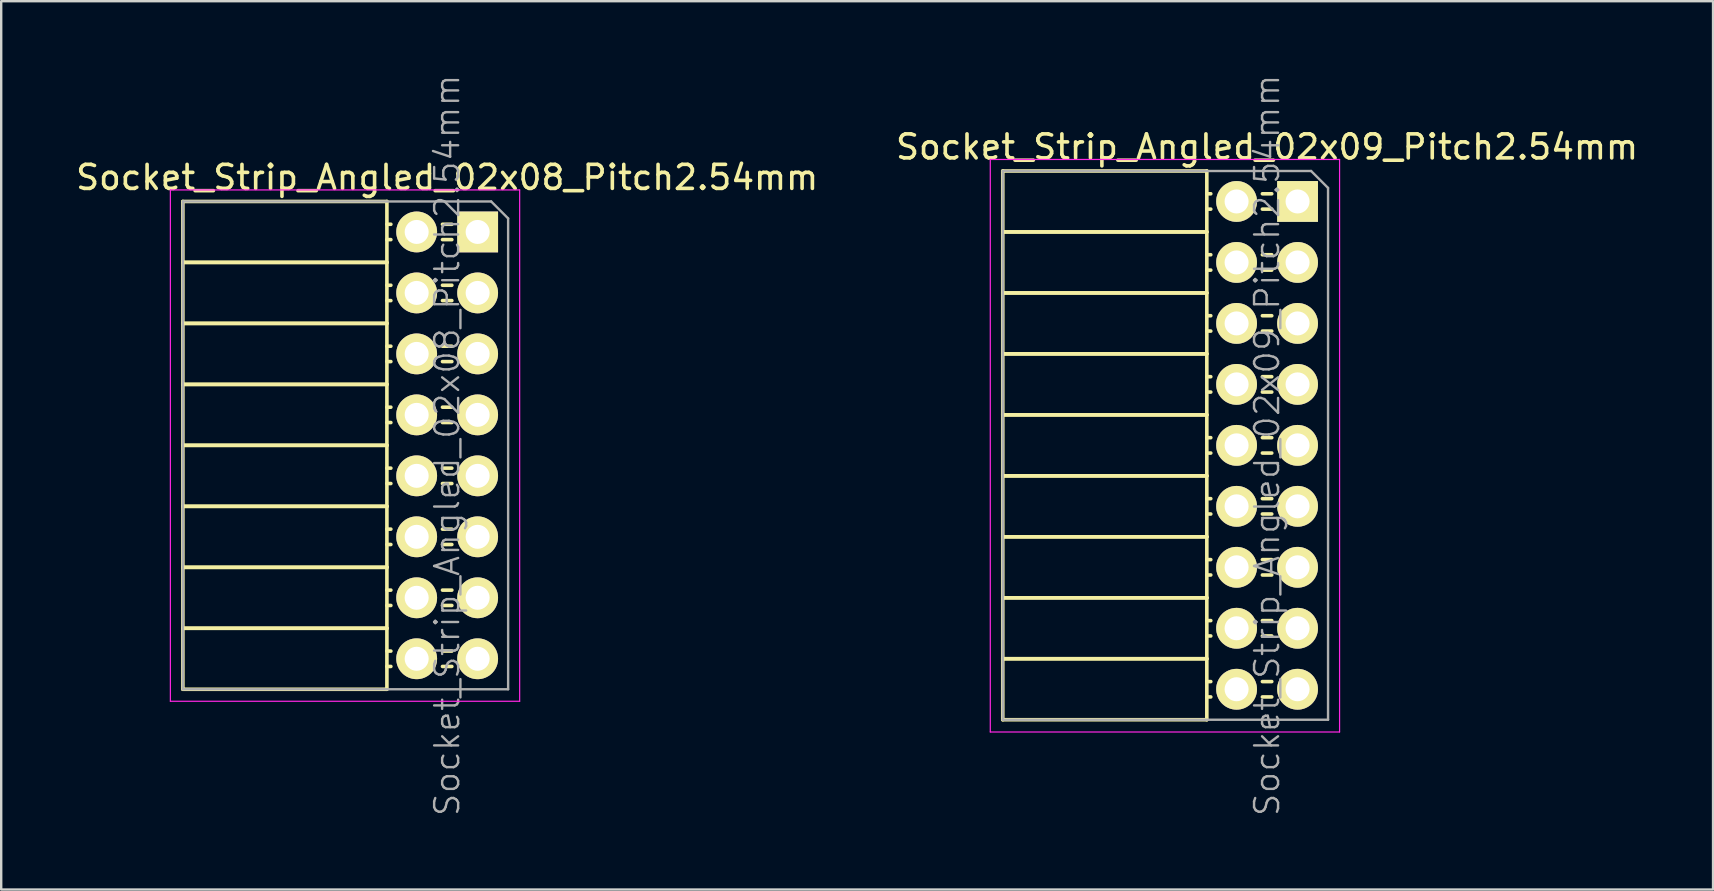
<source format=kicad_pcb>
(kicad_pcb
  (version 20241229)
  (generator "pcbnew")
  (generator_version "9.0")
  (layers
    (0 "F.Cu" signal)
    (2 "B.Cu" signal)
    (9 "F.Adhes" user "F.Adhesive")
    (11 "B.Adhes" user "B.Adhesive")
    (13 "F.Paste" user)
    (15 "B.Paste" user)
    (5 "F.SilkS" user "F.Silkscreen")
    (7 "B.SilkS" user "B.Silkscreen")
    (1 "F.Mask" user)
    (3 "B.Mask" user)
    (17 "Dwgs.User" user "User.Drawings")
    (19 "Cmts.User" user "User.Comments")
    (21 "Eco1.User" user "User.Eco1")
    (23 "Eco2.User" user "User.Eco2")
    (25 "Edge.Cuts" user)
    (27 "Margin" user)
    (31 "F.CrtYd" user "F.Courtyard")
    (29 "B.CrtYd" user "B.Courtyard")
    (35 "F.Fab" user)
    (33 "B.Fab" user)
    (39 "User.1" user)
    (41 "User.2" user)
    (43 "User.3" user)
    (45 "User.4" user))
  (footprint "Socket_Strip_Angled_02x09_Pitch2.54mm"
    (layer "F.Cu")
    (at 51.002 5.342)
    (property "Reference" "Socket_Strip_Angled_02x09_Pitch2.54mm" (at -1.27 -2.27 0) (layer "F.SilkS") (effects (font (size 1 1) (thickness 0.15))))
    (attr smd)
    (fp_line (start -12.28 -1.27) (end -12.28 1.27) (stroke (width 0.15) (type solid)) (layer "F.SilkS"))
    (fp_line (start -12.28 -1.27) (end -3.78 -1.27) (stroke (width 0.15) (type solid)) (layer "F.SilkS"))
    (fp_line (start -12.28 1.27) (end -12.28 3.81) (stroke (width 0.15) (type solid)) (layer "F.SilkS"))
    (fp_line (start -12.28 1.27) (end -3.78 1.27) (stroke (width 0.15) (type solid)) (layer "F.SilkS"))
    (fp_line (start -12.28 1.27) (end -3.78 1.27) (stroke (width 0.15) (type solid)) (layer "F.SilkS"))
    (fp_line (start -12.28 3.81) (end -12.28 6.35) (stroke (width 0.15) (type solid)) (layer "F.SilkS"))
    (fp_line (start -12.28 3.81) (end -3.78 3.81) (stroke (width 0.15) (type solid)) (layer "F.SilkS"))
    (fp_line (start -12.28 3.81) (end -3.78 3.81) (stroke (width 0.15) (type solid)) (layer "F.SilkS"))
    (fp_line (start -12.28 6.35) (end -12.28 8.89) (stroke (width 0.15) (type solid)) (layer "F.SilkS"))
    (fp_line (start -12.28 6.35) (end -3.78 6.35) (stroke (width 0.15) (type solid)) (layer "F.SilkS"))
    (fp_line (start -12.28 6.35) (end -3.78 6.35) (stroke (width 0.15) (type solid)) (layer "F.SilkS"))
    (fp_line (start -12.28 8.89) (end -12.28 11.43) (stroke (width 0.15) (type solid)) (layer "F.SilkS"))
    (fp_line (start -12.28 8.89) (end -3.78 8.89) (stroke (width 0.15) (type solid)) (layer "F.SilkS"))
    (fp_line (start -12.28 8.89) (end -3.78 8.89) (stroke (width 0.15) (type solid)) (layer "F.SilkS"))
    (fp_line (start -12.28 11.43) (end -12.28 13.97) (stroke (width 0.15) (type solid)) (layer "F.SilkS"))
    (fp_line (start -12.28 11.43) (end -3.78 11.43) (stroke (width 0.15) (type solid)) (layer "F.SilkS"))
    (fp_line (start -12.28 11.43) (end -3.78 11.43) (stroke (width 0.15) (type solid)) (layer "F.SilkS"))
    (fp_line (start -12.28 13.97) (end -12.28 16.51) (stroke (width 0.15) (type solid)) (layer "F.SilkS"))
    (fp_line (start -12.28 13.97) (end -3.78 13.97) (stroke (width 0.15) (type solid)) (layer "F.SilkS"))
    (fp_line (start -12.28 13.97) (end -3.78 13.97) (stroke (width 0.15) (type solid)) (layer "F.SilkS"))
    (fp_line (start -12.28 16.51) (end -12.28 19.05) (stroke (width 0.15) (type solid)) (layer "F.SilkS"))
    (fp_line (start -12.28 16.51) (end -3.78 16.51) (stroke (width 0.15) (type solid)) (layer "F.SilkS"))
    (fp_line (start -12.28 16.51) (end -3.78 16.51) (stroke (width 0.15) (type solid)) (layer "F.SilkS"))
    (fp_line (start -12.28 19.05) (end -12.28 21.59) (stroke (width 0.15) (type solid)) (layer "F.SilkS"))
    (fp_line (start -12.28 19.05) (end -3.78 19.05) (stroke (width 0.15) (type solid)) (layer "F.SilkS"))
    (fp_line (start -12.28 19.05) (end -3.78 19.05) (stroke (width 0.15) (type solid)) (layer "F.SilkS"))
    (fp_line (start -12.28 21.59) (end -3.78 21.59) (stroke (width 0.15) (type solid)) (layer "F.SilkS"))
    (fp_line (start -3.78 -1.27) (end -3.78 1.27) (stroke (width 0.15) (type solid)) (layer "F.SilkS"))
    (fp_line (start -3.78 -0.32) (end -3.615 -0.32) (stroke (width 0.15) (type solid)) (layer "F.SilkS"))
    (fp_line (start -3.78 0.32) (end -3.615 0.32) (stroke (width 0.15) (type solid)) (layer "F.SilkS"))
    (fp_line (start -3.78 1.27) (end -3.78 3.81) (stroke (width 0.15) (type solid)) (layer "F.SilkS"))
    (fp_line (start -3.78 2.22) (end -3.615 2.22) (stroke (width 0.15) (type solid)) (layer "F.SilkS"))
    (fp_line (start -3.78 2.86) (end -3.615 2.86) (stroke (width 0.15) (type solid)) (layer "F.SilkS"))
    (fp_line (start -3.78 3.81) (end -3.78 6.35) (stroke (width 0.15) (type solid)) (layer "F.SilkS"))
    (fp_line (start -3.78 4.76) (end -3.615 4.76) (stroke (width 0.15) (type solid)) (layer "F.SilkS"))
    (fp_line (start -3.78 5.4) (end -3.615 5.4) (stroke (width 0.15) (type solid)) (layer "F.SilkS"))
    (fp_line (start -3.78 6.35) (end -3.78 8.89) (stroke (width 0.15) (type solid)) (layer "F.SilkS"))
    (fp_line (start -3.78 7.3) (end -3.615 7.3) (stroke (width 0.15) (type solid)) (layer "F.SilkS"))
    (fp_line (start -3.78 7.94) (end -3.615 7.94) (stroke (width 0.15) (type solid)) (layer "F.SilkS"))
    (fp_line (start -3.78 8.89) (end -3.78 11.43) (stroke (width 0.15) (type solid)) (layer "F.SilkS"))
    (fp_line (start -3.78 9.84) (end -3.615 9.84) (stroke (width 0.15) (type solid)) (layer "F.SilkS"))
    (fp_line (start -3.78 10.48) (end -3.615 10.48) (stroke (width 0.15) (type solid)) (layer "F.SilkS"))
    (fp_line (start -3.78 11.43) (end -3.78 13.97) (stroke (width 0.15) (type solid)) (layer "F.SilkS"))
    (fp_line (start -3.78 12.38) (end -3.615 12.38) (stroke (width 0.15) (type solid)) (layer "F.SilkS"))
    (fp_line (start -3.78 13.02) (end -3.615 13.02) (stroke (width 0.15) (type solid)) (layer "F.SilkS"))
    (fp_line (start -3.78 13.97) (end -3.78 16.51) (stroke (width 0.15) (type solid)) (layer "F.SilkS"))
    (fp_line (start -3.78 14.92) (end -3.615 14.92) (stroke (width 0.15) (type solid)) (layer "F.SilkS"))
    (fp_line (start -3.78 15.56) (end -3.615 15.56) (stroke (width 0.15) (type solid)) (layer "F.SilkS"))
    (fp_line (start -3.78 16.51) (end -3.78 19.05) (stroke (width 0.15) (type solid)) (layer "F.SilkS"))
    (fp_line (start -3.78 17.46) (end -3.615 17.46) (stroke (width 0.15) (type solid)) (layer "F.SilkS"))
    (fp_line (start -3.78 18.1) (end -3.615 18.1) (stroke (width 0.15) (type solid)) (layer "F.SilkS"))
    (fp_line (start -3.78 19.05) (end -3.78 21.59) (stroke (width 0.15) (type solid)) (layer "F.SilkS"))
    (fp_line (start -3.78 20) (end -3.615 20) (stroke (width 0.15) (type solid)) (layer "F.SilkS"))
    (fp_line (start -3.78 20.64) (end -3.615 20.64) (stroke (width 0.15) (type solid)) (layer "F.SilkS"))
    (fp_line (start -1.075 -0.32) (end -1.465 -0.32) (stroke (width 0.15) (type solid)) (layer "F.SilkS"))
    (fp_line (start -1.075 0.32) (end -1.465 0.32) (stroke (width 0.15) (type solid)) (layer "F.SilkS"))
    (fp_line (start -1.075 2.22) (end -1.465 2.22) (stroke (width 0.15) (type solid)) (layer "F.SilkS"))
    (fp_line (start -1.075 2.86) (end -1.465 2.86) (stroke (width 0.15) (type solid)) (layer "F.SilkS"))
    (fp_line (start -1.075 4.76) (end -1.465 4.76) (stroke (width 0.15) (type solid)) (layer "F.SilkS"))
    (fp_line (start -1.075 5.4) (end -1.465 5.4) (stroke (width 0.15) (type solid)) (layer "F.SilkS"))
    (fp_line (start -1.075 7.3) (end -1.465 7.3) (stroke (width 0.15) (type solid)) (layer "F.SilkS"))
    (fp_line (start -1.075 7.94) (end -1.465 7.94) (stroke (width 0.15) (type solid)) (layer "F.SilkS"))
    (fp_line (start -1.075 9.84) (end -1.465 9.84) (stroke (width 0.15) (type solid)) (layer "F.SilkS"))
    (fp_line (start -1.075 10.48) (end -1.465 10.48) (stroke (width 0.15) (type solid)) (layer "F.SilkS"))
    (fp_line (start -1.075 12.38) (end -1.465 12.38) (stroke (width 0.15) (type solid)) (layer "F.SilkS"))
    (fp_line (start -1.075 13.02) (end -1.465 13.02) (stroke (width 0.15) (type solid)) (layer "F.SilkS"))
    (fp_line (start -1.075 14.92) (end -1.465 14.92) (stroke (width 0.15) (type solid)) (layer "F.SilkS"))
    (fp_line (start -1.075 15.56) (end -1.465 15.56) (stroke (width 0.15) (type solid)) (layer "F.SilkS"))
    (fp_line (start -1.075 17.46) (end -1.465 17.46) (stroke (width 0.15) (type solid)) (layer "F.SilkS"))
    (fp_line (start -1.075 18.1) (end -1.465 18.1) (stroke (width 0.15) (type solid)) (layer "F.SilkS"))
    (fp_line (start -1.075 20) (end -1.465 20) (stroke (width 0.15) (type solid)) (layer "F.SilkS"))
    (fp_line (start -1.075 20.64) (end -1.465 20.64) (stroke (width 0.15) (type solid)) (layer "F.SilkS"))
    (fp_line (start -12.8 -1.75) (end 1.75 -1.75) (stroke (width 0.05) (type solid)) (layer "F.CrtYd"))
    (fp_line (start -12.8 22.1) (end -12.8 -1.75) (stroke (width 0.05) (type solid)) (layer "F.CrtYd"))
    (fp_line (start -12.8 22.1) (end 1.75 22.1) (stroke (width 0.05) (type solid)) (layer "F.CrtYd"))
    (fp_line (start 1.75 22.1) (end 1.75 -1.75) (stroke (width 0.05) (type solid)) (layer "F.CrtYd"))
    (fp_line (start -12.28 -1.27) (end 0.563 -1.27) (stroke (width 0.1) (type solid)) (layer "F.Fab"))
    (fp_line (start -12.28 21.59) (end -12.28 -1.27) (stroke (width 0.1) (type solid)) (layer "F.Fab"))
    (fp_line (start -12.28 21.59) (end 1.27 21.59) (stroke (width 0.1) (type solid)) (layer "F.Fab"))
    (fp_line (start 1.27 -0.563) (end 0.563 -1.27) (stroke (width 0.1) (type solid)) (layer "F.Fab"))
    (fp_line (start 1.27 21.59) (end 1.27 -0.563) (stroke (width 0.1) (type solid)) (layer "F.Fab"))
    (fp_text user "${REFERENCE}" (at -1.27 10.16 90) (layer "F.Fab") (effects (font (size 1 1) (thickness 0.1))))
    (pad "1" thru_hole rect (at 0 0) (size 1.7 1.7) (drill 1) (layers "*.Cu" "*.Mask" "F.SilkS"))
    (pad "2" thru_hole oval (at -2.54 0) (size 1.7 1.7) (drill 1) (layers "*.Cu" "*.Mask" "F.SilkS"))
    (pad "3" thru_hole oval (at 0 2.54) (size 1.7 1.7) (drill 1) (layers "*.Cu" "*.Mask" "F.SilkS"))
    (pad "4" thru_hole oval (at -2.54 2.54) (size 1.7 1.7) (drill 1) (layers "*.Cu" "*.Mask" "F.SilkS"))
    (pad "5" thru_hole oval (at 0 5.08) (size 1.7 1.7) (drill 1) (layers "*.Cu" "*.Mask" "F.SilkS"))
    (pad "6" thru_hole oval (at -2.54 5.08) (size 1.7 1.7) (drill 1) (layers "*.Cu" "*.Mask" "F.SilkS"))
    (pad "7" thru_hole oval (at 0 7.62) (size 1.7 1.7) (drill 1) (layers "*.Cu" "*.Mask" "F.SilkS"))
    (pad "8" thru_hole oval (at -2.54 7.62) (size 1.7 1.7) (drill 1) (layers "*.Cu" "*.Mask" "F.SilkS"))
    (pad "9" thru_hole oval (at 0 10.16) (size 1.7 1.7) (drill 1) (layers "*.Cu" "*.Mask" "F.SilkS"))
    (pad "10" thru_hole oval (at -2.54 10.16) (size 1.7 1.7) (drill 1) (layers "*.Cu" "*.Mask" "F.SilkS"))
    (pad "11" thru_hole oval (at 0 12.7) (size 1.7 1.7) (drill 1) (layers "*.Cu" "*.Mask" "F.SilkS"))
    (pad "12" thru_hole oval (at -2.54 12.7) (size 1.7 1.7) (drill 1) (layers "*.Cu" "*.Mask" "F.SilkS"))
    (pad "13" thru_hole oval (at 0 15.24) (size 1.7 1.7) (drill 1) (layers "*.Cu" "*.Mask" "F.SilkS"))
    (pad "14" thru_hole oval (at -2.54 15.24) (size 1.7 1.7) (drill 1) (layers "*.Cu" "*.Mask" "F.SilkS"))
    (pad "15" thru_hole oval (at 0 17.78) (size 1.7 1.7) (drill 1) (layers "*.Cu" "*.Mask" "F.SilkS"))
    (pad "16" thru_hole oval (at -2.54 17.78) (size 1.7 1.7) (drill 1) (layers "*.Cu" "*.Mask" "F.SilkS"))
    (pad "17" thru_hole oval (at 0 20.32) (size 1.7 1.7) (drill 1) (layers "*.Cu" "*.Mask" "F.SilkS"))
    (pad "18" thru_hole oval (at -2.54 20.32) (size 1.7 1.7) (drill 1) (layers "*.Cu" "*.Mask" "F.SilkS")))
  (footprint "Socket_Strip_Angled_02x08_Pitch2.54mm"
    (layer "F.Cu")
    (at 16.847 6.612)
    (property "Reference" "Socket_Strip_Angled_02x08_Pitch2.54mm" (at -1.27 -2.27 0) (layer "F.SilkS") (effects (font (size 1 1) (thickness 0.15))))
    (attr smd)
    (fp_line (start -12.28 -1.27) (end -12.28 1.27) (stroke (width 0.15) (type solid)) (layer "F.SilkS"))
    (fp_line (start -12.28 -1.27) (end -3.78 -1.27) (stroke (width 0.15) (type solid)) (layer "F.SilkS"))
    (fp_line (start -12.28 1.27) (end -12.28 3.81) (stroke (width 0.15) (type solid)) (layer "F.SilkS"))
    (fp_line (start -12.28 1.27) (end -3.78 1.27) (stroke (width 0.15) (type solid)) (layer "F.SilkS"))
    (fp_line (start -12.28 1.27) (end -3.78 1.27) (stroke (width 0.15) (type solid)) (layer "F.SilkS"))
    (fp_line (start -12.28 3.81) (end -12.28 6.35) (stroke (width 0.15) (type solid)) (layer "F.SilkS"))
    (fp_line (start -12.28 3.81) (end -3.78 3.81) (stroke (width 0.15) (type solid)) (layer "F.SilkS"))
    (fp_line (start -12.28 3.81) (end -3.78 3.81) (stroke (width 0.15) (type solid)) (layer "F.SilkS"))
    (fp_line (start -12.28 6.35) (end -12.28 8.89) (stroke (width 0.15) (type solid)) (layer "F.SilkS"))
    (fp_line (start -12.28 6.35) (end -3.78 6.35) (stroke (width 0.15) (type solid)) (layer "F.SilkS"))
    (fp_line (start -12.28 6.35) (end -3.78 6.35) (stroke (width 0.15) (type solid)) (layer "F.SilkS"))
    (fp_line (start -12.28 8.89) (end -12.28 11.43) (stroke (width 0.15) (type solid)) (layer "F.SilkS"))
    (fp_line (start -12.28 8.89) (end -3.78 8.89) (stroke (width 0.15) (type solid)) (layer "F.SilkS"))
    (fp_line (start -12.28 8.89) (end -3.78 8.89) (stroke (width 0.15) (type solid)) (layer "F.SilkS"))
    (fp_line (start -12.28 11.43) (end -12.28 13.97) (stroke (width 0.15) (type solid)) (layer "F.SilkS"))
    (fp_line (start -12.28 11.43) (end -3.78 11.43) (stroke (width 0.15) (type solid)) (layer "F.SilkS"))
    (fp_line (start -12.28 11.43) (end -3.78 11.43) (stroke (width 0.15) (type solid)) (layer "F.SilkS"))
    (fp_line (start -12.28 13.97) (end -12.28 16.51) (stroke (width 0.15) (type solid)) (layer "F.SilkS"))
    (fp_line (start -12.28 13.97) (end -3.78 13.97) (stroke (width 0.15) (type solid)) (layer "F.SilkS"))
    (fp_line (start -12.28 13.97) (end -3.78 13.97) (stroke (width 0.15) (type solid)) (layer "F.SilkS"))
    (fp_line (start -12.28 16.51) (end -12.28 19.05) (stroke (width 0.15) (type solid)) (layer "F.SilkS"))
    (fp_line (start -12.28 16.51) (end -3.78 16.51) (stroke (width 0.15) (type solid)) (layer "F.SilkS"))
    (fp_line (start -12.28 16.51) (end -3.78 16.51) (stroke (width 0.15) (type solid)) (layer "F.SilkS"))
    (fp_line (start -12.28 19.05) (end -3.78 19.05) (stroke (width 0.15) (type solid)) (layer "F.SilkS"))
    (fp_line (start -3.78 -1.27) (end -3.78 1.27) (stroke (width 0.15) (type solid)) (layer "F.SilkS"))
    (fp_line (start -3.78 -0.32) (end -3.615 -0.32) (stroke (width 0.15) (type solid)) (layer "F.SilkS"))
    (fp_line (start -3.78 0.32) (end -3.615 0.32) (stroke (width 0.15) (type solid)) (layer "F.SilkS"))
    (fp_line (start -3.78 1.27) (end -3.78 3.81) (stroke (width 0.15) (type solid)) (layer "F.SilkS"))
    (fp_line (start -3.78 2.22) (end -3.615 2.22) (stroke (width 0.15) (type solid)) (layer "F.SilkS"))
    (fp_line (start -3.78 2.86) (end -3.615 2.86) (stroke (width 0.15) (type solid)) (layer "F.SilkS"))
    (fp_line (start -3.78 3.81) (end -3.78 6.35) (stroke (width 0.15) (type solid)) (layer "F.SilkS"))
    (fp_line (start -3.78 4.76) (end -3.615 4.76) (stroke (width 0.15) (type solid)) (layer "F.SilkS"))
    (fp_line (start -3.78 5.4) (end -3.615 5.4) (stroke (width 0.15) (type solid)) (layer "F.SilkS"))
    (fp_line (start -3.78 6.35) (end -3.78 8.89) (stroke (width 0.15) (type solid)) (layer "F.SilkS"))
    (fp_line (start -3.78 7.3) (end -3.615 7.3) (stroke (width 0.15) (type solid)) (layer "F.SilkS"))
    (fp_line (start -3.78 7.94) (end -3.615 7.94) (stroke (width 0.15) (type solid)) (layer "F.SilkS"))
    (fp_line (start -3.78 8.89) (end -3.78 11.43) (stroke (width 0.15) (type solid)) (layer "F.SilkS"))
    (fp_line (start -3.78 9.84) (end -3.615 9.84) (stroke (width 0.15) (type solid)) (layer "F.SilkS"))
    (fp_line (start -3.78 10.48) (end -3.615 10.48) (stroke (width 0.15) (type solid)) (layer "F.SilkS"))
    (fp_line (start -3.78 11.43) (end -3.78 13.97) (stroke (width 0.15) (type solid)) (layer "F.SilkS"))
    (fp_line (start -3.78 12.38) (end -3.615 12.38) (stroke (width 0.15) (type solid)) (layer "F.SilkS"))
    (fp_line (start -3.78 13.02) (end -3.615 13.02) (stroke (width 0.15) (type solid)) (layer "F.SilkS"))
    (fp_line (start -3.78 13.97) (end -3.78 16.51) (stroke (width 0.15) (type solid)) (layer "F.SilkS"))
    (fp_line (start -3.78 14.92) (end -3.615 14.92) (stroke (width 0.15) (type solid)) (layer "F.SilkS"))
    (fp_line (start -3.78 15.56) (end -3.615 15.56) (stroke (width 0.15) (type solid)) (layer "F.SilkS"))
    (fp_line (start -3.78 16.51) (end -3.78 19.05) (stroke (width 0.15) (type solid)) (layer "F.SilkS"))
    (fp_line (start -3.78 17.46) (end -3.615 17.46) (stroke (width 0.15) (type solid)) (layer "F.SilkS"))
    (fp_line (start -3.78 18.1) (end -3.615 18.1) (stroke (width 0.15) (type solid)) (layer "F.SilkS"))
    (fp_line (start -1.075 -0.32) (end -1.465 -0.32) (stroke (width 0.15) (type solid)) (layer "F.SilkS"))
    (fp_line (start -1.075 0.32) (end -1.465 0.32) (stroke (width 0.15) (type solid)) (layer "F.SilkS"))
    (fp_line (start -1.075 2.22) (end -1.465 2.22) (stroke (width 0.15) (type solid)) (layer "F.SilkS"))
    (fp_line (start -1.075 2.86) (end -1.465 2.86) (stroke (width 0.15) (type solid)) (layer "F.SilkS"))
    (fp_line (start -1.075 4.76) (end -1.465 4.76) (stroke (width 0.15) (type solid)) (layer "F.SilkS"))
    (fp_line (start -1.075 5.4) (end -1.465 5.4) (stroke (width 0.15) (type solid)) (layer "F.SilkS"))
    (fp_line (start -1.075 7.3) (end -1.465 7.3) (stroke (width 0.15) (type solid)) (layer "F.SilkS"))
    (fp_line (start -1.075 7.94) (end -1.465 7.94) (stroke (width 0.15) (type solid)) (layer "F.SilkS"))
    (fp_line (start -1.075 9.84) (end -1.465 9.84) (stroke (width 0.15) (type solid)) (layer "F.SilkS"))
    (fp_line (start -1.075 10.48) (end -1.465 10.48) (stroke (width 0.15) (type solid)) (layer "F.SilkS"))
    (fp_line (start -1.075 12.38) (end -1.465 12.38) (stroke (width 0.15) (type solid)) (layer "F.SilkS"))
    (fp_line (start -1.075 13.02) (end -1.465 13.02) (stroke (width 0.15) (type solid)) (layer "F.SilkS"))
    (fp_line (start -1.075 14.92) (end -1.465 14.92) (stroke (width 0.15) (type solid)) (layer "F.SilkS"))
    (fp_line (start -1.075 15.56) (end -1.465 15.56) (stroke (width 0.15) (type solid)) (layer "F.SilkS"))
    (fp_line (start -1.075 17.46) (end -1.465 17.46) (stroke (width 0.15) (type solid)) (layer "F.SilkS"))
    (fp_line (start -1.075 18.1) (end -1.465 18.1) (stroke (width 0.15) (type solid)) (layer "F.SilkS"))
    (fp_line (start -12.8 -1.75) (end 1.75 -1.75) (stroke (width 0.05) (type solid)) (layer "F.CrtYd"))
    (fp_line (start -12.8 19.55) (end -12.8 -1.75) (stroke (width 0.05) (type solid)) (layer "F.CrtYd"))
    (fp_line (start -12.8 19.55) (end 1.75 19.55) (stroke (width 0.05) (type solid)) (layer "F.CrtYd"))
    (fp_line (start 1.75 19.55) (end 1.75 -1.75) (stroke (width 0.05) (type solid)) (layer "F.CrtYd"))
    (fp_line (start -12.28 -1.27) (end 0.563 -1.27) (stroke (width 0.1) (type solid)) (layer "F.Fab"))
    (fp_line (start -12.28 19.05) (end -12.28 -1.27) (stroke (width 0.1) (type solid)) (layer "F.Fab"))
    (fp_line (start -12.28 19.05) (end 1.27 19.05) (stroke (width 0.1) (type solid)) (layer "F.Fab"))
    (fp_line (start 1.27 -0.563) (end 0.563 -1.27) (stroke (width 0.1) (type solid)) (layer "F.Fab"))
    (fp_line (start 1.27 19.05) (end 1.27 -0.563) (stroke (width 0.1) (type solid)) (layer "F.Fab"))
    (fp_text user "${REFERENCE}" (at -1.27 8.89 90) (layer "F.Fab") (effects (font (size 1 1) (thickness 0.1))))
    (pad "1" thru_hole rect (at 0 0) (size 1.7 1.7) (drill 1) (layers "*.Cu" "*.Mask" "F.SilkS"))
    (pad "2" thru_hole oval (at -2.54 0) (size 1.7 1.7) (drill 1) (layers "*.Cu" "*.Mask" "F.SilkS"))
    (pad "3" thru_hole oval (at 0 2.54) (size 1.7 1.7) (drill 1) (layers "*.Cu" "*.Mask" "F.SilkS"))
    (pad "4" thru_hole oval (at -2.54 2.54) (size 1.7 1.7) (drill 1) (layers "*.Cu" "*.Mask" "F.SilkS"))
    (pad "5" thru_hole oval (at 0 5.08) (size 1.7 1.7) (drill 1) (layers "*.Cu" "*.Mask" "F.SilkS"))
    (pad "6" thru_hole oval (at -2.54 5.08) (size 1.7 1.7) (drill 1) (layers "*.Cu" "*.Mask" "F.SilkS"))
    (pad "7" thru_hole oval (at 0 7.62) (size 1.7 1.7) (drill 1) (layers "*.Cu" "*.Mask" "F.SilkS"))
    (pad "8" thru_hole oval (at -2.54 7.62) (size 1.7 1.7) (drill 1) (layers "*.Cu" "*.Mask" "F.SilkS"))
    (pad "9" thru_hole oval (at 0 10.16) (size 1.7 1.7) (drill 1) (layers "*.Cu" "*.Mask" "F.SilkS"))
    (pad "10" thru_hole oval (at -2.54 10.16) (size 1.7 1.7) (drill 1) (layers "*.Cu" "*.Mask" "F.SilkS"))
    (pad "11" thru_hole oval (at 0 12.7) (size 1.7 1.7) (drill 1) (layers "*.Cu" "*.Mask" "F.SilkS"))
    (pad "12" thru_hole oval (at -2.54 12.7) (size 1.7 1.7) (drill 1) (layers "*.Cu" "*.Mask" "F.SilkS"))
    (pad "13" thru_hole oval (at 0 15.24) (size 1.7 1.7) (drill 1) (layers "*.Cu" "*.Mask" "F.SilkS"))
    (pad "14" thru_hole oval (at -2.54 15.24) (size 1.7 1.7) (drill 1) (layers "*.Cu" "*.Mask" "F.SilkS"))
    (pad "15" thru_hole oval (at 0 17.78) (size 1.7 1.7) (drill 1) (layers "*.Cu" "*.Mask" "F.SilkS"))
    (pad "16" thru_hole oval (at -2.54 17.78) (size 1.7 1.7) (drill 1) (layers "*.Cu" "*.Mask" "F.SilkS")))
  (gr_rect
    (start -3 -3)
    (end 68.31 34.005)
    (stroke (width 0.1) (type default))
    (fill no)
    (layer "Edge.Cuts")))
</source>
